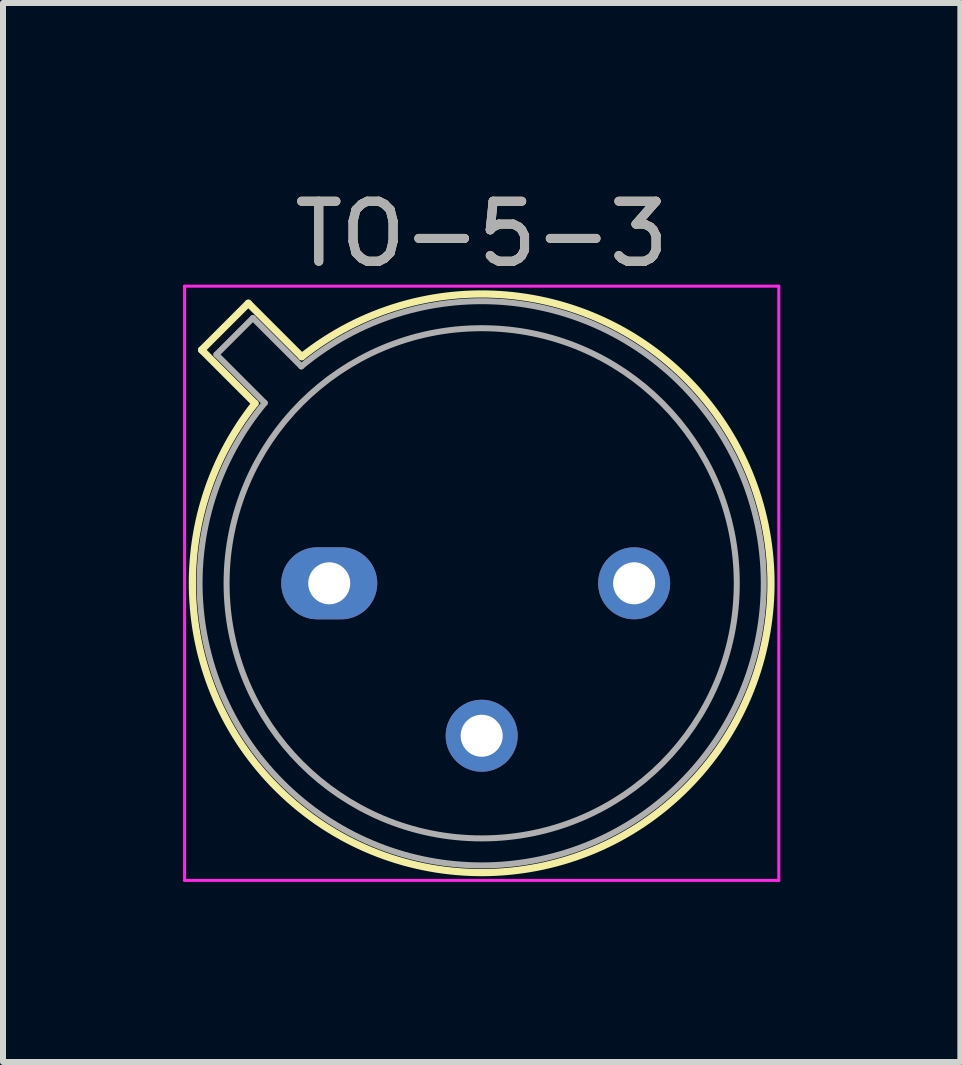
<source format=kicad_pcb>
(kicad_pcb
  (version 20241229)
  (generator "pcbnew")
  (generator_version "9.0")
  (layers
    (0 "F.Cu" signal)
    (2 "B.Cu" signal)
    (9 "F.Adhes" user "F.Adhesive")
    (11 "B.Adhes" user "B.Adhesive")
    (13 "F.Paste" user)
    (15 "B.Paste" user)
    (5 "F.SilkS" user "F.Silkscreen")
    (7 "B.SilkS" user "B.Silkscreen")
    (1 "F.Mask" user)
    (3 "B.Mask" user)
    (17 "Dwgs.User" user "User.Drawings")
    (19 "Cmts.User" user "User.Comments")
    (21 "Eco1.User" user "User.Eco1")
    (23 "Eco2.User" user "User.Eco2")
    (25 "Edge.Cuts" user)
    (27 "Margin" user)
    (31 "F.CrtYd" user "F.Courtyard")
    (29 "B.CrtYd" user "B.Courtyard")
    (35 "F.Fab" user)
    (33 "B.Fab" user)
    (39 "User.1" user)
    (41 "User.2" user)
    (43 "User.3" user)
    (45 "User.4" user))
  (footprint "TO-5-3"
    (layer "F.Cu")
    (at 2.435 6.668)
    (property "Reference" "TO-5-3" (at 2.54 -5.82 180) (layer "F.SilkS") (effects (font (size 1 1) (thickness 0.15))))
    (attr through_hole)
    (fp_line (start -2.126 -3.888) (end -1.235 -2.997) (stroke (width 0.12) (type solid)) (layer "F.SilkS"))
    (fp_line (start -1.348 -4.666) (end -2.126 -3.888) (stroke (width 0.12) (type solid)) (layer "F.SilkS"))
    (fp_line (start -0.457 -3.775) (end -1.348 -4.666) (stroke (width 0.12) (type solid)) (layer "F.SilkS"))
    (fp_arc (start -0.457084 -3.774902) (mid 5.948255 3.408255) (end -1.234902 -2.997084) (stroke (width 0.12) (type solid)) (layer "F.SilkS"))
    (fp_line (start -2.41 -4.95) (end -2.41 4.95) (stroke (width 0.05) (type solid)) (layer "F.CrtYd"))
    (fp_line (start -2.41 4.95) (end 7.49 4.95) (stroke (width 0.05) (type solid)) (layer "F.CrtYd"))
    (fp_line (start 7.49 -4.95) (end -2.41 -4.95) (stroke (width 0.05) (type solid)) (layer "F.CrtYd"))
    (fp_line (start 7.49 4.95) (end 7.49 -4.95) (stroke (width 0.05) (type solid)) (layer "F.CrtYd"))
    (fp_line (start -1.88 -3.812) (end -1.074 -3.005) (stroke (width 0.1) (type solid)) (layer "F.Fab"))
    (fp_line (start -1.272 -4.42) (end -1.88 -3.812) (stroke (width 0.1) (type solid)) (layer "F.Fab"))
    (fp_line (start -0.465 -3.614) (end -1.272 -4.42) (stroke (width 0.1) (type solid)) (layer "F.Fab"))
    (fp_arc (start -0.465408 -3.61352) (mid 5.863402 3.323402) (end -1.07352 -3.005408) (stroke (width 0.1) (type solid)) (layer "F.Fab"))
    (fp_circle (center 2.54 0) (end 6.79 0) (stroke (width 0.1) (type solid)) (fill no) (layer "F.Fab"))
    (fp_text user "${REFERENCE}" (at 2.54 -5.82 180) (layer "F.Fab") (effects (font (size 1 1) (thickness 0.15))))
    (pad "1" thru_hole oval (at 0 0) (size 1.6 1.2) (drill 0.7) (layers "*.Cu" "*.Mask"))
    (pad "2" thru_hole circle (at 2.54 2.54) (size 1.2 1.2) (drill 0.7) (layers "*.Cu" "*.Mask"))
    (pad "3" thru_hole circle (at 5.08 0) (size 1.2 1.2) (drill 0.7) (layers "*.Cu" "*.Mask")))
  (gr_rect
    (start -3 -3)
    (end 12.95 14.643)
    (stroke (width 0.1) (type default))
    (fill no)
    (layer "Edge.Cuts")))
</source>
